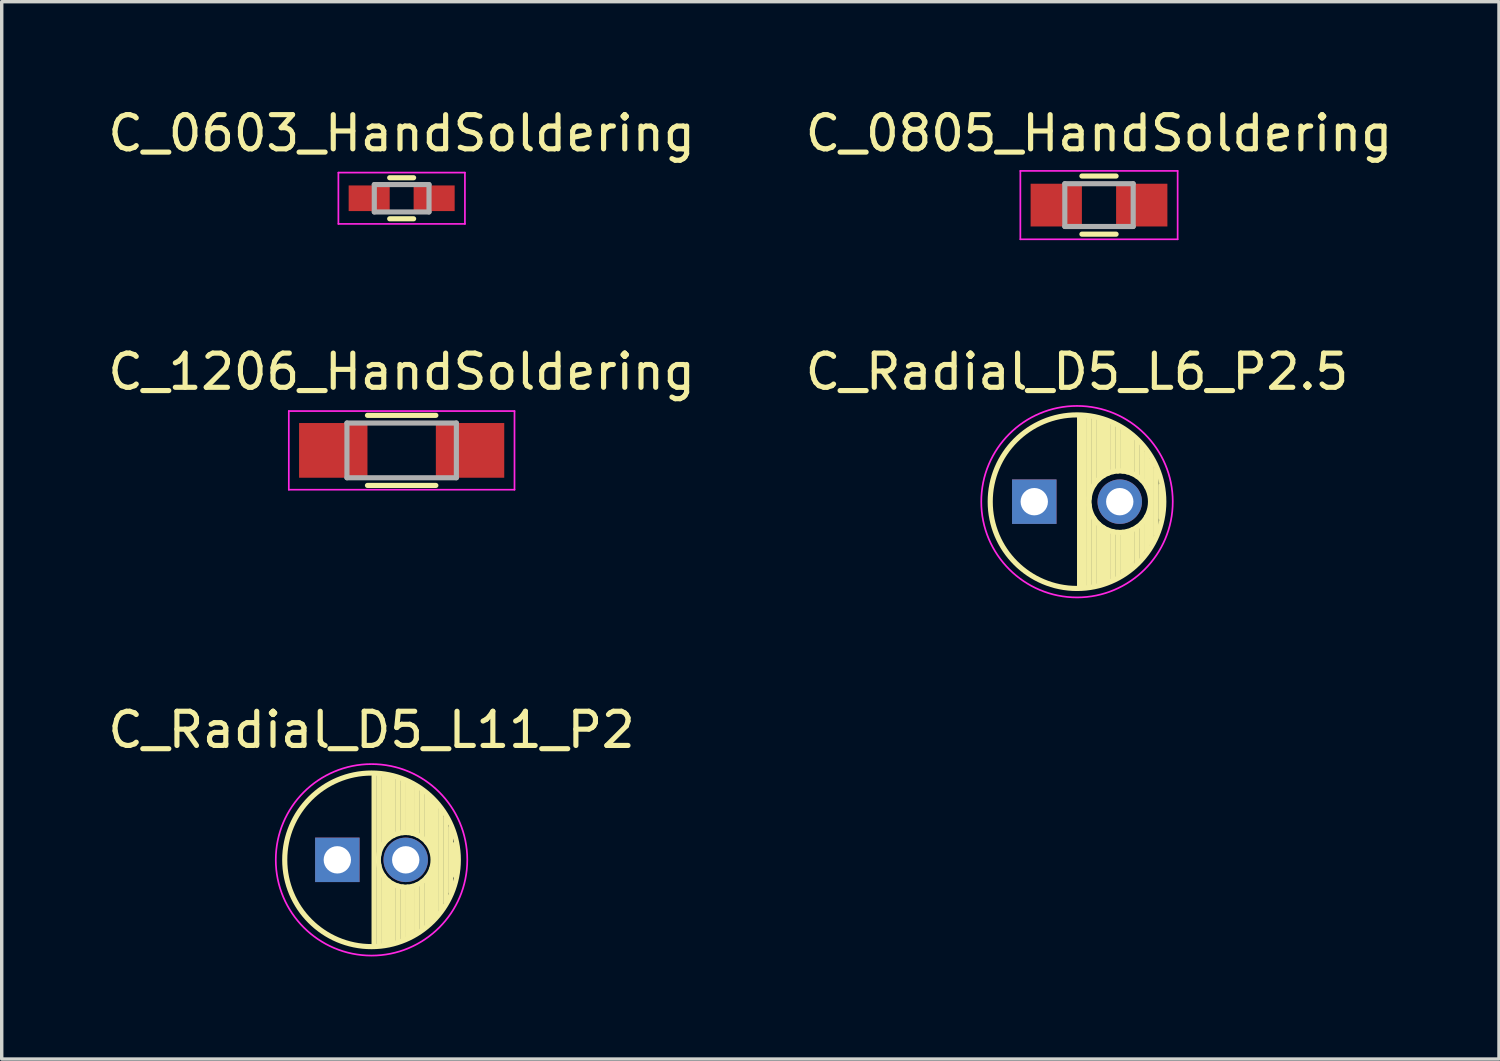
<source format=kicad_pcb>
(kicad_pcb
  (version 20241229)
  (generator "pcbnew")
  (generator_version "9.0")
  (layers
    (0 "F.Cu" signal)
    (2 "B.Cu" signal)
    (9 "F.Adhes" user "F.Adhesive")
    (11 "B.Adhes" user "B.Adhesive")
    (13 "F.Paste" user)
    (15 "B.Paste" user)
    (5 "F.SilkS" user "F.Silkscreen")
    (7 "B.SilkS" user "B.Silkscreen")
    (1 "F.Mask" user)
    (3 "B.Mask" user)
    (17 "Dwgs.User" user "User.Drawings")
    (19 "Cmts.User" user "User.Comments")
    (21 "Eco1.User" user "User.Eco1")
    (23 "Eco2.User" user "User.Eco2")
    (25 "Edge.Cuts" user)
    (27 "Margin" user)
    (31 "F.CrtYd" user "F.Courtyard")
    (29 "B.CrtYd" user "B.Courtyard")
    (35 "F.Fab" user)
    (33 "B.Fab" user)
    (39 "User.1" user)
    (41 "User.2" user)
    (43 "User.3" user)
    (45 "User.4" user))
  (footprint "C_0603_HandSoldering"
    (layer "F.Cu")
    (at 8.696 2.748)
    (property "Reference" "C_0603_HandSoldering" (at 0 -1.9 0) (layer "F.SilkS") (effects (font (size 1 1) (thickness 0.15))))
    (attr smd)
    (fp_line (start -0.35 -0.6) (end 0.35 -0.6) (stroke (width 0.15) (type solid)) (layer "F.SilkS"))
    (fp_line (start 0.35 0.6) (end -0.35 0.6) (stroke (width 0.15) (type solid)) (layer "F.SilkS"))
    (fp_line (start -1.85 -0.75) (end -1.85 0.75) (stroke (width 0.05) (type solid)) (layer "F.CrtYd"))
    (fp_line (start -1.85 -0.75) (end 1.85 -0.75) (stroke (width 0.05) (type solid)) (layer "F.CrtYd"))
    (fp_line (start -1.85 0.75) (end 1.85 0.75) (stroke (width 0.05) (type solid)) (layer "F.CrtYd"))
    (fp_line (start 1.85 -0.75) (end 1.85 0.75) (stroke (width 0.05) (type solid)) (layer "F.CrtYd"))
    (fp_line (start -0.8 -0.4) (end 0.8 -0.4) (stroke (width 0.15) (type solid)) (layer "F.Fab"))
    (fp_line (start -0.8 0.4) (end -0.8 -0.4) (stroke (width 0.15) (type solid)) (layer "F.Fab"))
    (fp_line (start 0.8 -0.4) (end 0.8 0.4) (stroke (width 0.15) (type solid)) (layer "F.Fab"))
    (fp_line (start 0.8 0.4) (end -0.8 0.4) (stroke (width 0.15) (type solid)) (layer "F.Fab"))
    (pad "1" smd rect (at -0.95 0) (size 1.2 0.75) (layers "F.Cu" "F.Mask" "F.Paste"))
    (pad "2" smd rect (at 0.95 0) (size 1.2 0.75) (layers "F.Cu" "F.Mask" "F.Paste")))
  (footprint "C_0805_HandSoldering"
    (layer "F.Cu")
    (at 29.089 2.948)
    (property "Reference" "C_0805_HandSoldering" (at 0 -2.1 0) (layer "F.SilkS") (effects (font (size 1 1) (thickness 0.15))))
    (attr smd)
    (fp_line (start -0.5 0.85) (end 0.5 0.85) (stroke (width 0.15) (type solid)) (layer "F.SilkS"))
    (fp_line (start 0.5 -0.85) (end -0.5 -0.85) (stroke (width 0.15) (type solid)) (layer "F.SilkS"))
    (fp_line (start -2.3 -1) (end -2.3 1) (stroke (width 0.05) (type solid)) (layer "F.CrtYd"))
    (fp_line (start -2.3 -1) (end 2.3 -1) (stroke (width 0.05) (type solid)) (layer "F.CrtYd"))
    (fp_line (start -2.3 1) (end 2.3 1) (stroke (width 0.05) (type solid)) (layer "F.CrtYd"))
    (fp_line (start 2.3 -1) (end 2.3 1) (stroke (width 0.05) (type solid)) (layer "F.CrtYd"))
    (fp_line (start -1 -0.625) (end 1 -0.625) (stroke (width 0.15) (type solid)) (layer "F.Fab"))
    (fp_line (start -1 0.625) (end -1 -0.625) (stroke (width 0.15) (type solid)) (layer "F.Fab"))
    (fp_line (start 1 -0.625) (end 1 0.625) (stroke (width 0.15) (type solid)) (layer "F.Fab"))
    (fp_line (start 1 0.625) (end -1 0.625) (stroke (width 0.15) (type solid)) (layer "F.Fab"))
    (pad "1" smd rect (at -1.25 0) (size 1.5 1.25) (layers "F.Cu" "F.Mask" "F.Paste"))
    (pad "2" smd rect (at 1.25 0) (size 1.5 1.25) (layers "F.Cu" "F.Mask" "F.Paste")))
  (footprint "C_Radial_D5_L11_P2"
    (layer "F.Cu")
    (at 6.815 22.095)
    (property "Reference" "C_Radial_D5_L11_P2" (at 1 -3.8 0) (layer "F.SilkS") (effects (font (size 1 1) (thickness 0.15))))
    (attr through_hole)
    (fp_line (start 1.075 -2.499) (end 1.075 2.499) (stroke (width 0.15) (type solid)) (layer "F.SilkS"))
    (fp_line (start 1.215 -2.491) (end 1.215 -0.154) (stroke (width 0.15) (type solid)) (layer "F.SilkS"))
    (fp_line (start 1.215 0.154) (end 1.215 2.491) (stroke (width 0.15) (type solid)) (layer "F.SilkS"))
    (fp_line (start 1.355 -2.475) (end 1.355 -0.473) (stroke (width 0.15) (type solid)) (layer "F.SilkS"))
    (fp_line (start 1.355 0.473) (end 1.355 2.475) (stroke (width 0.15) (type solid)) (layer "F.SilkS"))
    (fp_line (start 1.495 -2.451) (end 1.495 -0.62) (stroke (width 0.15) (type solid)) (layer "F.SilkS"))
    (fp_line (start 1.495 0.62) (end 1.495 2.451) (stroke (width 0.15) (type solid)) (layer "F.SilkS"))
    (fp_line (start 1.635 -2.418) (end 1.635 -0.712) (stroke (width 0.15) (type solid)) (layer "F.SilkS"))
    (fp_line (start 1.635 0.712) (end 1.635 2.418) (stroke (width 0.15) (type solid)) (layer "F.SilkS"))
    (fp_line (start 1.775 -2.377) (end 1.775 -0.768) (stroke (width 0.15) (type solid)) (layer "F.SilkS"))
    (fp_line (start 1.775 0.768) (end 1.775 2.377) (stroke (width 0.15) (type solid)) (layer "F.SilkS"))
    (fp_line (start 1.915 -2.327) (end 1.915 -0.795) (stroke (width 0.15) (type solid)) (layer "F.SilkS"))
    (fp_line (start 1.915 0.795) (end 1.915 2.327) (stroke (width 0.15) (type solid)) (layer "F.SilkS"))
    (fp_line (start 2.055 -2.266) (end 2.055 -0.798) (stroke (width 0.15) (type solid)) (layer "F.SilkS"))
    (fp_line (start 2.055 0.798) (end 2.055 2.266) (stroke (width 0.15) (type solid)) (layer "F.SilkS"))
    (fp_line (start 2.195 -2.196) (end 2.195 -0.776) (stroke (width 0.15) (type solid)) (layer "F.SilkS"))
    (fp_line (start 2.195 0.776) (end 2.195 2.196) (stroke (width 0.15) (type solid)) (layer "F.SilkS"))
    (fp_line (start 2.335 -2.114) (end 2.335 -0.726) (stroke (width 0.15) (type solid)) (layer "F.SilkS"))
    (fp_line (start 2.335 0.726) (end 2.335 2.114) (stroke (width 0.15) (type solid)) (layer "F.SilkS"))
    (fp_line (start 2.475 -2.019) (end 2.475 -0.644) (stroke (width 0.15) (type solid)) (layer "F.SilkS"))
    (fp_line (start 2.475 0.644) (end 2.475 2.019) (stroke (width 0.15) (type solid)) (layer "F.SilkS"))
    (fp_line (start 2.615 -1.908) (end 2.615 -0.512) (stroke (width 0.15) (type solid)) (layer "F.SilkS"))
    (fp_line (start 2.615 0.512) (end 2.615 1.908) (stroke (width 0.15) (type solid)) (layer "F.SilkS"))
    (fp_line (start 2.755 -1.78) (end 2.755 -0.265) (stroke (width 0.15) (type solid)) (layer "F.SilkS"))
    (fp_line (start 2.755 0.265) (end 2.755 1.78) (stroke (width 0.15) (type solid)) (layer "F.SilkS"))
    (fp_line (start 2.895 -1.631) (end 2.895 1.631) (stroke (width 0.15) (type solid)) (layer "F.SilkS"))
    (fp_line (start 3.035 -1.452) (end 3.035 1.452) (stroke (width 0.15) (type solid)) (layer "F.SilkS"))
    (fp_line (start 3.175 -1.233) (end 3.175 1.233) (stroke (width 0.15) (type solid)) (layer "F.SilkS"))
    (fp_line (start 3.315 -0.944) (end 3.315 0.944) (stroke (width 0.15) (type solid)) (layer "F.SilkS"))
    (fp_line (start 3.455 -0.472) (end 3.455 0.472) (stroke (width 0.15) (type solid)) (layer "F.SilkS"))
    (fp_circle (center 1 0) (end 1 -2.538) (stroke (width 0.15) (type solid)) (fill no) (layer "F.SilkS"))
    (fp_circle (center 2 0) (end 2 -0.8) (stroke (width 0.15) (type solid)) (fill no) (layer "F.SilkS"))
    (fp_circle (center 1 0) (end 1 -2.8) (stroke (width 0.05) (type solid)) (fill no) (layer "F.CrtYd"))
    (pad "1" thru_hole rect (at 0 0) (size 1.3 1.3) (drill 0.8) (layers "*.Cu" "*.Mask"))
    (pad "2" thru_hole circle (at 2 0) (size 1.3 1.3) (drill 0.8) (layers "*.Cu" "*.Mask")))
  (footprint "C_Radial_D5_L6_P2.5"
    (layer "F.Cu")
    (at 27.196 11.621)
    (property "Reference" "C_Radial_D5_L6_P2.5" (at 1.25 -3.8 0) (layer "F.SilkS") (effects (font (size 1 1) (thickness 0.15))))
    (attr through_hole)
    (fp_line (start 1.325 -2.499) (end 1.325 2.499) (stroke (width 0.15) (type solid)) (layer "F.SilkS"))
    (fp_line (start 1.465 -2.491) (end 1.465 2.491) (stroke (width 0.15) (type solid)) (layer "F.SilkS"))
    (fp_line (start 1.605 -2.475) (end 1.605 -0.095) (stroke (width 0.15) (type solid)) (layer "F.SilkS"))
    (fp_line (start 1.605 0.095) (end 1.605 2.475) (stroke (width 0.15) (type solid)) (layer "F.SilkS"))
    (fp_line (start 1.745 -2.451) (end 1.745 -0.49) (stroke (width 0.15) (type solid)) (layer "F.SilkS"))
    (fp_line (start 1.745 0.49) (end 1.745 2.451) (stroke (width 0.15) (type solid)) (layer "F.SilkS"))
    (fp_line (start 1.885 -2.418) (end 1.885 -0.657) (stroke (width 0.15) (type solid)) (layer "F.SilkS"))
    (fp_line (start 1.885 0.657) (end 1.885 2.418) (stroke (width 0.15) (type solid)) (layer "F.SilkS"))
    (fp_line (start 2.025 -2.377) (end 2.025 -0.764) (stroke (width 0.15) (type solid)) (layer "F.SilkS"))
    (fp_line (start 2.025 0.764) (end 2.025 2.377) (stroke (width 0.15) (type solid)) (layer "F.SilkS"))
    (fp_line (start 2.165 -2.327) (end 2.165 -0.835) (stroke (width 0.15) (type solid)) (layer "F.SilkS"))
    (fp_line (start 2.165 0.835) (end 2.165 2.327) (stroke (width 0.15) (type solid)) (layer "F.SilkS"))
    (fp_line (start 2.305 -2.266) (end 2.305 -0.879) (stroke (width 0.15) (type solid)) (layer "F.SilkS"))
    (fp_line (start 2.305 0.879) (end 2.305 2.266) (stroke (width 0.15) (type solid)) (layer "F.SilkS"))
    (fp_line (start 2.445 -2.196) (end 2.445 -0.898) (stroke (width 0.15) (type solid)) (layer "F.SilkS"))
    (fp_line (start 2.445 0.898) (end 2.445 2.196) (stroke (width 0.15) (type solid)) (layer "F.SilkS"))
    (fp_line (start 2.585 -2.114) (end 2.585 -0.896) (stroke (width 0.15) (type solid)) (layer "F.SilkS"))
    (fp_line (start 2.585 0.896) (end 2.585 2.114) (stroke (width 0.15) (type solid)) (layer "F.SilkS"))
    (fp_line (start 2.725 -2.019) (end 2.725 -0.871) (stroke (width 0.15) (type solid)) (layer "F.SilkS"))
    (fp_line (start 2.725 0.871) (end 2.725 2.019) (stroke (width 0.15) (type solid)) (layer "F.SilkS"))
    (fp_line (start 2.865 -1.908) (end 2.865 -0.823) (stroke (width 0.15) (type solid)) (layer "F.SilkS"))
    (fp_line (start 2.865 0.823) (end 2.865 1.908) (stroke (width 0.15) (type solid)) (layer "F.SilkS"))
    (fp_line (start 3.005 -1.78) (end 3.005 -0.745) (stroke (width 0.15) (type solid)) (layer "F.SilkS"))
    (fp_line (start 3.005 0.745) (end 3.005 1.78) (stroke (width 0.15) (type solid)) (layer "F.SilkS"))
    (fp_line (start 3.145 -1.631) (end 3.145 -0.628) (stroke (width 0.15) (type solid)) (layer "F.SilkS"))
    (fp_line (start 3.145 0.628) (end 3.145 1.631) (stroke (width 0.15) (type solid)) (layer "F.SilkS"))
    (fp_line (start 3.285 -1.452) (end 3.285 -0.44) (stroke (width 0.15) (type solid)) (layer "F.SilkS"))
    (fp_line (start 3.285 0.44) (end 3.285 1.452) (stroke (width 0.15) (type solid)) (layer "F.SilkS"))
    (fp_line (start 3.425 -1.233) (end 3.425 1.233) (stroke (width 0.15) (type solid)) (layer "F.SilkS"))
    (fp_line (start 3.565 -0.944) (end 3.565 0.944) (stroke (width 0.15) (type solid)) (layer "F.SilkS"))
    (fp_line (start 3.705 -0.472) (end 3.705 0.472) (stroke (width 0.15) (type solid)) (layer "F.SilkS"))
    (fp_circle (center 1.25 0) (end 1.25 -2.538) (stroke (width 0.15) (type solid)) (fill no) (layer "F.SilkS"))
    (fp_circle (center 2.5 0) (end 2.5 -0.9) (stroke (width 0.15) (type solid)) (fill no) (layer "F.SilkS"))
    (fp_circle (center 1.25 0) (end 1.25 -2.8) (stroke (width 0.05) (type solid)) (fill no) (layer "F.CrtYd"))
    (pad "1" thru_hole rect (at 0 0) (size 1.3 1.3) (drill 0.8) (layers "*.Cu" "*.Mask"))
    (pad "2" thru_hole circle (at 2.5 0) (size 1.3 1.3) (drill 0.8) (layers "*.Cu" "*.Mask")))
  (footprint "C_1206_HandSoldering"
    (layer "F.Cu")
    (at 8.696 10.121)
    (property "Reference" "C_1206_HandSoldering" (at 0 -2.3 0) (layer "F.SilkS") (effects (font (size 1 1) (thickness 0.15))))
    (attr smd)
    (fp_line (start -1 1.025) (end 1 1.025) (stroke (width 0.15) (type solid)) (layer "F.SilkS"))
    (fp_line (start 1 -1.025) (end -1 -1.025) (stroke (width 0.15) (type solid)) (layer "F.SilkS"))
    (fp_line (start -3.3 -1.15) (end -3.3 1.15) (stroke (width 0.05) (type solid)) (layer "F.CrtYd"))
    (fp_line (start -3.3 -1.15) (end 3.3 -1.15) (stroke (width 0.05) (type solid)) (layer "F.CrtYd"))
    (fp_line (start -3.3 1.15) (end 3.3 1.15) (stroke (width 0.05) (type solid)) (layer "F.CrtYd"))
    (fp_line (start 3.3 -1.15) (end 3.3 1.15) (stroke (width 0.05) (type solid)) (layer "F.CrtYd"))
    (fp_line (start -1.6 -0.8) (end 1.6 -0.8) (stroke (width 0.15) (type solid)) (layer "F.Fab"))
    (fp_line (start -1.6 0.8) (end -1.6 -0.8) (stroke (width 0.15) (type solid)) (layer "F.Fab"))
    (fp_line (start 1.6 -0.8) (end 1.6 0.8) (stroke (width 0.15) (type solid)) (layer "F.Fab"))
    (fp_line (start 1.6 0.8) (end -1.6 0.8) (stroke (width 0.15) (type solid)) (layer "F.Fab"))
    (pad "1" smd rect (at -2 0) (size 2 1.6) (layers "F.Cu" "F.Mask" "F.Paste"))
    (pad "2" smd rect (at 2 0) (size 2 1.6) (layers "F.Cu" "F.Mask" "F.Paste")))
  (gr_rect
    (start -3 -3)
    (end 40.786 27.92)
    (stroke (width 0.1) (type default))
    (fill no)
    (layer "Edge.Cuts")))
</source>
